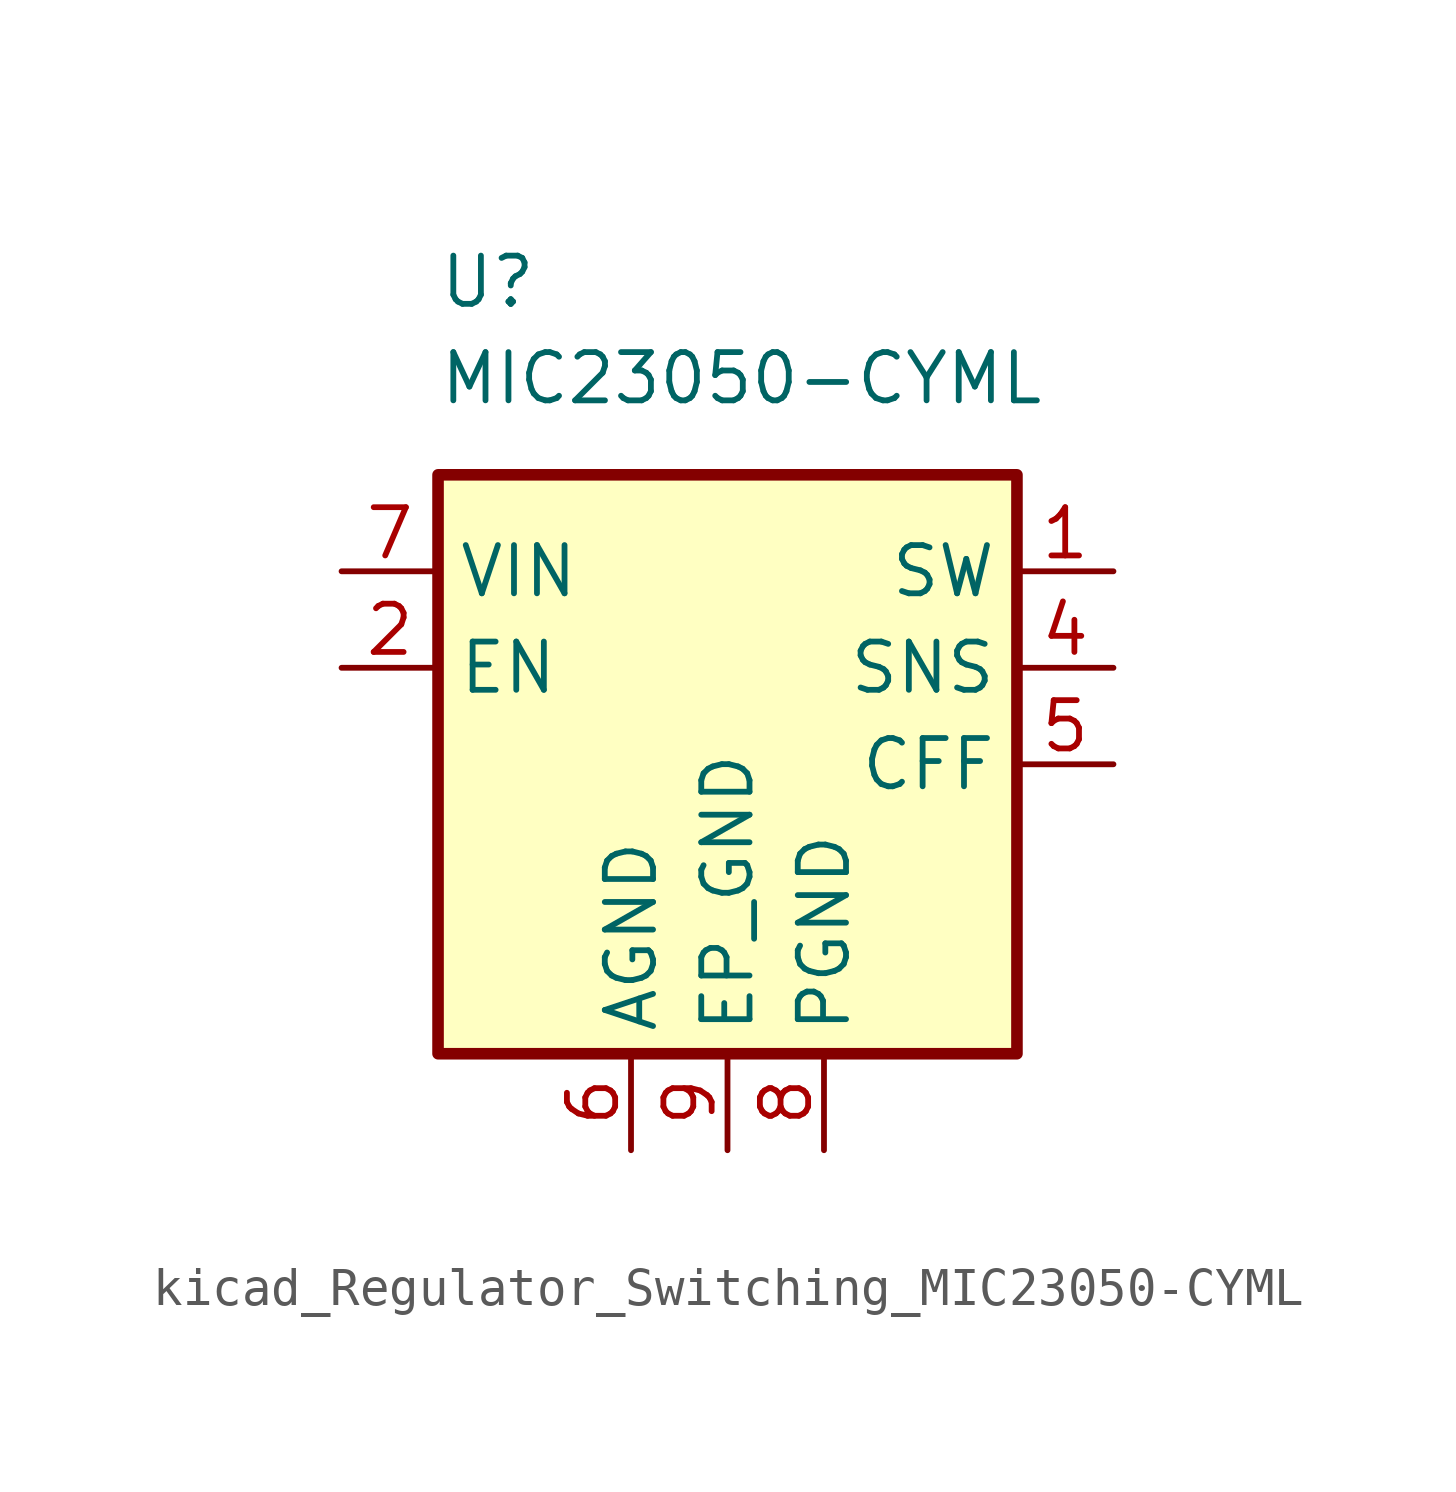
<source format=kicad_sym>
(kicad_symbol_lib
  (version 20220914)
  (generator kicad_symbol_editor)
  (symbol "kicad_Regulator_Switching_MIC23050-CYML"
    (property "Reference" "U"
      (at -7.62 12.7 0)
      (effects (font (size 1.27 1.27)) (justify left)))
    (property "Value" "MIC23050-CYML"
      (at -7.62 10.16 0)
      (effects (font (size 1.27 1.27)) (justify left)))
    (symbol "kicad_Regulator_Switching_MIC23050-CYML_0_0"
      (pin power_in line (at 0 -10.16 90) (length 2.54) (name "EP_GND" (effects (font (size 1.27 1.27)))) (number "9" (effects (font (size 1.27 1.27))))))
    (symbol "kicad_Regulator_Switching_MIC23050-CYML_1_1"
      (rectangle (start -7.62 7.62) (end 7.62 -7.62) (stroke (width 0.305) (type default)) (fill (type background)))
      (pin output line (at 10.16 5.08 180) (length 2.54) (name "SW" (effects (font (size 1.27 1.27)))) (number "1" (effects (font (size 1.27 1.27)))))
      (pin input line (at -10.16 2.54 0) (length 2.54) (name "EN" (effects (font (size 1.27 1.27)))) (number "2" (effects (font (size 1.27 1.27)))))
      (pin no_connect line (at -7.62 0 0) (length 2.54) hide (name "NC" (effects (font (size 1.27 1.27)))) (number "3" (effects (font (size 1.27 1.27)))))
      (pin input line (at 10.16 2.54 180) (length 2.54) (name "SNS" (effects (font (size 1.27 1.27)))) (number "4" (effects (font (size 1.27 1.27)))))
      (pin output line (at 10.16 0 180) (length 2.54) (name "CFF" (effects (font (size 1.27 1.27)))) (number "5" (effects (font (size 1.27 1.27)))))
      (pin power_in line (at -2.54 -10.16 90) (length 2.54) (name "AGND" (effects (font (size 1.27 1.27)))) (number "6" (effects (font (size 1.27 1.27)))))
      (pin power_in line (at -10.16 5.08 0) (length 2.54) (name "VIN" (effects (font (size 1.27 1.27)))) (number "7" (effects (font (size 1.27 1.27)))))
      (pin power_in line (at 2.54 -10.16 90) (length 2.54) (name "PGND" (effects (font (size 1.27 1.27)))) (number "8" (effects (font (size 1.27 1.27))))))))
</source>
